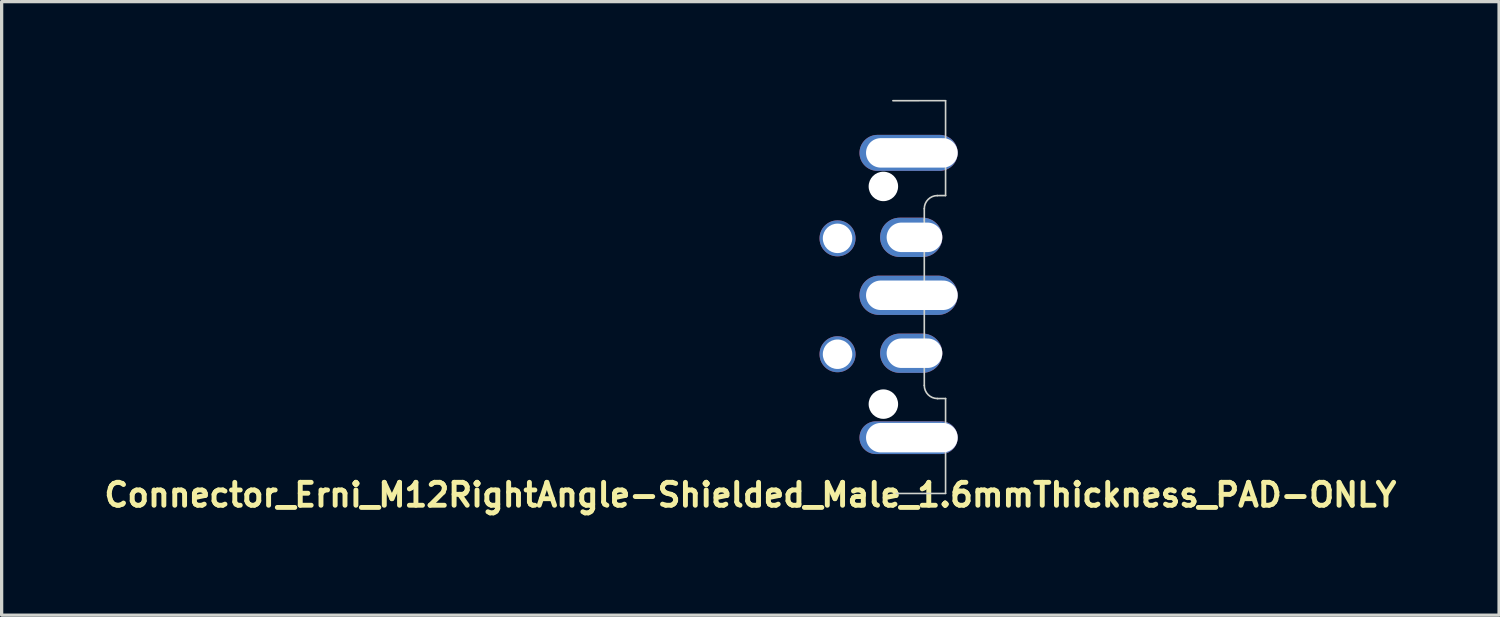
<source format=kicad_pcb>
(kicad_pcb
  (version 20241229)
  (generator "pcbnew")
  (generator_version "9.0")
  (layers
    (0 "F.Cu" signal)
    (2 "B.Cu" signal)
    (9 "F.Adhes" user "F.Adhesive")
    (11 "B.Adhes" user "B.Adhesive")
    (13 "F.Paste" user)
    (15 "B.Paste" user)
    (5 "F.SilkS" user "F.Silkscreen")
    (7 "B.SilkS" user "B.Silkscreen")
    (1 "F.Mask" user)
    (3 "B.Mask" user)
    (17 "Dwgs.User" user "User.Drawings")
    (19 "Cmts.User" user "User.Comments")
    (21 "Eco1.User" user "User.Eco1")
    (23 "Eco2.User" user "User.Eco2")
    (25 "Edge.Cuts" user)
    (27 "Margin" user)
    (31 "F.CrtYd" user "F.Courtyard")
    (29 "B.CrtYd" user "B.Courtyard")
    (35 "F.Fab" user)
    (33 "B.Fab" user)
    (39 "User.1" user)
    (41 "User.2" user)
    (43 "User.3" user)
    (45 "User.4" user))
  (footprint "Connector_Erni_M12RightAngle-Shielded_Male_1.6mmThickness_PAD-ONLY"
    (layer "F.Cu")
    (at 34.685 5.97)
    (property "Reference" "Connector_Erni_M12RightAngle-Shielded_Male_1.6mmThickness_PAD-ONLY" (at -14.813 6.098 0) (layer "F.SilkS") (effects (font (size 0.7 0.7) (thickness 0.15))))
    (attr through_hole)
    (fp_poly (pts (xy -12.31 -2.54) (xy -11.9 -1.74) (xy -12.31 -0.97) (xy -11.39 -0.97) (xy -11.39 -2.54)) (stroke (width 0.002) (type solid)) (fill yes) (layer "F.Paste"))
    (fp_poly (pts (xy -12.28 1) (xy -11.87 1.8) (xy -12.28 2.57) (xy -11.36 2.57) (xy -11.36 1)) (stroke (width 0.002) (type solid)) (fill yes) (layer "F.Paste"))
    (fp_poly (pts (xy -12.06 -0.97) (xy -12.47 -1.77) (xy -12.06 -2.54) (xy -12.98 -2.54) (xy -12.98 -0.97)) (stroke (width 0.002) (type solid)) (fill yes) (layer "F.Paste"))
    (fp_poly (pts (xy -12.03 2.57) (xy -12.44 1.77) (xy -12.03 1) (xy -12.95 1) (xy -12.95 2.57)) (stroke (width 0.002) (type solid)) (fill yes) (layer "F.Paste"))
    (fp_poly (pts (xy -11.84 -5.61) (xy -8.88 -5.61) (xy -9.36 -4.34) (xy -8.88 -3.8) (xy -11.84 -3.8)) (stroke (width 0.002) (type solid)) (fill yes) (layer "F.Paste"))
    (fp_poly (pts (xy -11.84 5.66) (xy -8.88 5.66) (xy -9.36 4.39) (xy -8.88 3.85) (xy -11.84 3.85)) (stroke (width 0.002) (type solid)) (fill yes) (layer "F.Paste"))
    (fp_poly (pts (xy -9.54 -0.77) (xy -9.95 0.03) (xy -9.54 0.8) (xy -11.77 0.8) (xy -11.77 -0.77)) (stroke (width 0.002) (type solid)) (fill yes) (layer "F.Paste"))
    (fp_poly (pts (xy -9.54 0.99) (xy -9.95 1.79) (xy -9.54 2.56) (xy -11.07 2.56) (xy -11.07 0.99)) (stroke (width 0.002) (type solid)) (fill yes) (layer "F.Paste"))
    (fp_poly (pts (xy -9.5 -2.57) (xy -9.91 -1.77) (xy -9.5 -1) (xy -11.03 -1) (xy -11.03 -2.57)) (stroke (width 0.002) (type solid)) (fill yes) (layer "F.Paste"))
    (fp_line (start -10.359 6.054) (end -8.85 6.054) (stroke (width 0.05) (type solid)) (layer "Edge.Cuts"))
    (fp_line (start -9.5 -2.645) (end -9.5 -2.3) (stroke (width 0.05) (type solid)) (layer "Edge.Cuts"))
    (fp_line (start -9.5 -2.3) (end -9.5 2.754) (stroke (width 0.05) (type solid)) (layer "Edge.Cuts"))
    (fp_line (start -8.85 -5.94) (end -8.85 -3.046) (stroke (width 0.05) (type solid)) (layer "Edge.Cuts"))
    (fp_line (start -8.85 -3.046) (end -9.1 -3.045) (stroke (width 0.05) (type solid)) (layer "Edge.Cuts"))
    (fp_line (start -8.85 3.154) (end -9.1 3.155) (stroke (width 0.05) (type solid)) (layer "Edge.Cuts"))
    (fp_line (start -8.85 3.154) (end -8.85 6.05) (stroke (width 0.05) (type solid)) (layer "Edge.Cuts"))
    (fp_line (start -8.85 -5.945) (end -10.459 -5.944) (stroke (width 0.05) (type solid)) (layer "Edge.Cuts"))
    (fp_arc (start -9.5 -2.6452) (mid -9.382665 -2.928428) (end -9.099411 -3.0457) (stroke (width 0.05) (type solid)) (layer "Edge.Cuts"))
    (fp_arc (start -9.0994 3.1543) (mid -9.382667 3.036967) (end -9.5 2.7537) (stroke (width 0.05) (type solid)) (layer "Edge.Cuts"))
    (pad "" np_thru_hole circle (at -10.75 -3.325) (size 0.9 0.9) (drill 0.9) (layers "*.Cu" "*.Mask"))
    (pad "" np_thru_hole circle (at -10.75 3.325) (size 0.9 0.9) (drill 0.9) (layers "*.Cu" "*.Mask"))
    (pad "1" thru_hole oval (at -9.8 1.77) (size 1.9 1.2) (drill oval 1.7 0.9 (offset -0.1 0)) (layers "*.Cu" "*.Mask"))
    (pad "2" thru_hole oval (at -9.8 -1.77) (size 1.9 1.2) (drill oval 1.7 0.9 (offset -0.1 0)) (layers "*.Cu" "*.Mask"))
    (pad "3" thru_hole circle (at -12.15 -1.739) (size 1.1 1.1) (drill 0.9) (layers "*.Cu" "*.Mask"))
    (pad "4" thru_hole circle (at -12.15 1.801) (size 1.1 1.1) (drill 0.9) (layers "*.Cu" "*.Mask"))
    (pad "5" thru_hole oval (at -9.88 -4.35) (size 3 1.1) (drill oval 2.8 0.9 (offset -0.1 0)) (layers "*.Cu" "*.Mask"))
    (pad "5" thru_hole oval (at -9.88 0) (size 3 1.2) (drill oval 2.8 0.9 (offset -0.1 0)) (layers "*.Cu" "*.Mask"))
    (pad "5" thru_hole oval (at -9.88 4.35) (size 3 1) (drill oval 2.8 0.9 (offset -0.1 0)) (layers "*.Cu" "*.Mask")))
  (gr_rect
    (start -3 -3)
    (end 42.743 15.741)
    (stroke (width 0.1) (type default))
    (fill no)
    (layer "Edge.Cuts")))
</source>
